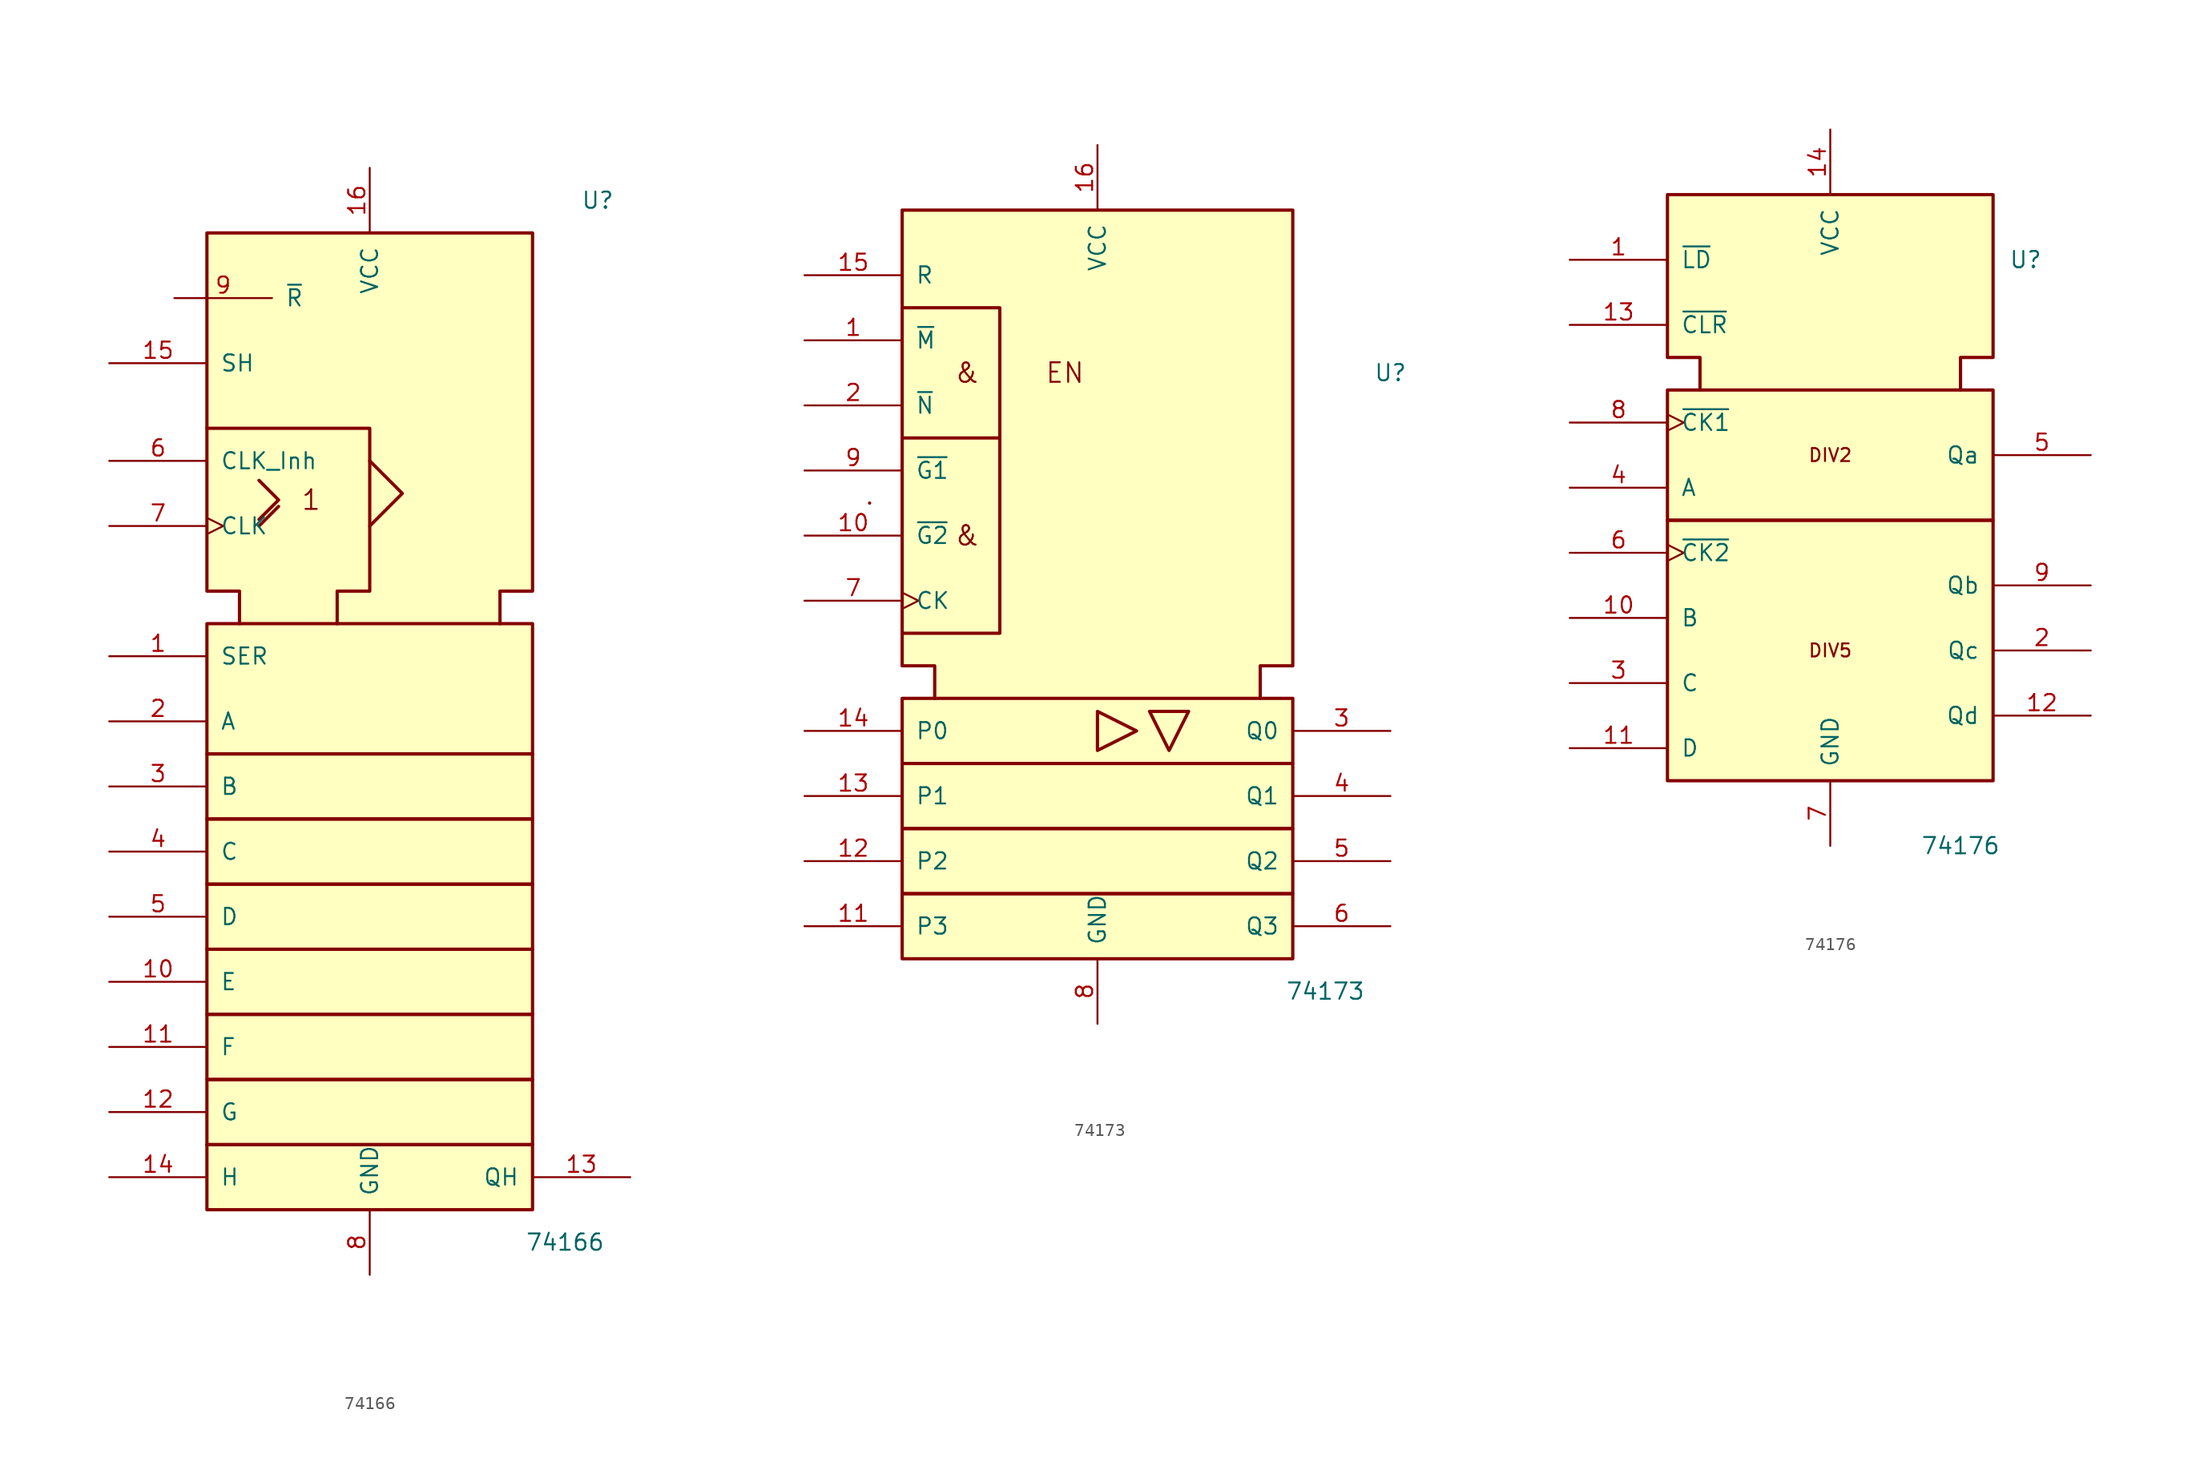
<source format=kicad_sym>
(kicad_symbol_lib
  (version 20220914)
  (generator kicad_symbol_editor)
  (symbol "74166"
    (pin_names
      (offset 1.016))
    (property "Reference" "U"
      (at 17.78 35.56 0)
      (effects (font (size 1.27 1.27))))
    (property "Value" "74166"
      (at 15.24 -45.72 0)
      (effects (font (size 1.27 1.27))))
    (symbol "74166_0_0"
      (rectangle (start -12.7 -38.1) (end -12.7 -38.1) (stroke (width 0.254) (type default)) (fill (type background)))
      (rectangle (start -12.7 -38.1) (end 12.7 -43.18) (stroke (width 0.254) (type default)) (fill (type background)))
      (rectangle (start -12.7 -33.02) (end 12.7 -38.1) (stroke (width 0.254) (type default)) (fill (type background)))
      (rectangle (start -12.7 -27.94) (end 12.7 -33.02) (stroke (width 0.254) (type default)) (fill (type background)))
      (rectangle (start -12.7 -22.86) (end 12.7 -27.94) (stroke (width 0.254) (type default)) (fill (type background)))
      (rectangle (start -12.7 -17.78) (end 12.7 -22.86) (stroke (width 0.254) (type default)) (fill (type background)))
      (rectangle (start -12.7 -12.7) (end 12.7 -17.78) (stroke (width 0.254) (type default)) (fill (type background)))
      (rectangle (start -12.7 -7.62) (end 12.7 -12.7) (stroke (width 0.254) (type default)) (fill (type background)))
      (rectangle (start -12.7 2.54) (end 12.7 -7.62) (stroke (width 0.254) (type default)) (fill (type background)))
      (polyline (pts (xy -8.636 10.16) (xy -7.112 11.684) (xy -7.112 11.684)) (stroke (width 0.254) (type default)) (fill (type background)))
      (polyline (pts (xy -8.636 13.716) (xy -7.112 12.192) (xy -8.636 10.668) (xy -8.636 10.668)) (stroke (width 0.254) (type default)) (fill (type background)))
      (polyline (pts (xy 0 15.24) (xy 2.54 12.7) (xy 0 10.16) (xy 0 10.16)) (stroke (width 0.254) (type default)) (fill (type background)))
      (polyline (pts (xy -12.7 17.78) (xy 0 17.78) (xy 0 5.08) (xy -2.54 5.08) (xy -2.54 2.54) (xy -2.54 2.54)) (stroke (width 0.254) (type default)) (fill (type background)))
      (polyline (pts (xy -10.16 2.54) (xy -10.16 5.08) (xy -12.7 5.08) (xy -12.7 33.02) (xy 12.7 33.02) (xy 12.7 5.08) (xy 10.16 5.08) (xy 10.16 2.54) (xy 10.16 2.54)) (stroke (width 0.254) (type default)) (fill (type background)))
      (text "1" (at -4.572 12.192 0) (effects (font (size 1.524 1.524)))))
    (symbol "74166_0_1"
      (pin power_in line (at 0 -48.26 90) (length 5.08) (name "GND" (effects (font (size 1.27 1.27)))) (number "8" (effects (font (size 1.27 1.27))))))
    (symbol "74166_1_1"
      (pin input line (at -20.32 0 0) (length 7.62) (name "SER" (effects (font (size 1.27 1.27)))) (number "1" (effects (font (size 1.27 1.27)))))
      (pin input line (at -20.32 -25.4 0) (length 7.62) (name "E" (effects (font (size 1.27 1.27)))) (number "10" (effects (font (size 1.27 1.27)))))
      (pin input line (at -20.32 -30.48 0) (length 7.62) (name "F" (effects (font (size 1.27 1.27)))) (number "11" (effects (font (size 1.27 1.27)))))
      (pin input line (at -20.32 -35.56 0) (length 7.62) (name "G" (effects (font (size 1.27 1.27)))) (number "12" (effects (font (size 1.27 1.27)))))
      (pin tri_state line (at 20.32 -40.64 180) (length 7.62) (name "QH" (effects (font (size 1.27 1.27)))) (number "13" (effects (font (size 1.27 1.27)))))
      (pin input line (at -20.32 -40.64 0) (length 7.62) (name "H" (effects (font (size 1.27 1.27)))) (number "14" (effects (font (size 1.27 1.27)))))
      (pin input line (at -20.32 22.86 0) (length 7.62) (name "SH" (effects (font (size 1.27 1.27)))) (number "15" (effects (font (size 1.27 1.27)))))
      (pin power_in line (at 0 38.1 270) (length 5.08) (name "VCC" (effects (font (size 1.27 1.27)))) (number "16" (effects (font (size 1.27 1.27)))))
      (pin input line (at -20.32 -5.08 0) (length 7.62) (name "A" (effects (font (size 1.27 1.27)))) (number "2" (effects (font (size 1.27 1.27)))))
      (pin input line (at -20.32 -10.16 0) (length 7.62) (name "B" (effects (font (size 1.27 1.27)))) (number "3" (effects (font (size 1.27 1.27)))))
      (pin input line (at -20.32 -15.24 0) (length 7.62) (name "C" (effects (font (size 1.27 1.27)))) (number "4" (effects (font (size 1.27 1.27)))))
      (pin input line (at -20.32 -20.32 0) (length 7.62) (name "D" (effects (font (size 1.27 1.27)))) (number "5" (effects (font (size 1.27 1.27)))))
      (pin input line (at -20.32 15.24 0) (length 7.62) (name "CLK_Inh" (effects (font (size 1.27 1.27)))) (number "6" (effects (font (size 1.27 1.27)))))
      (pin input clock (at -20.32 10.16 0) (length 7.62) (name "CLK" (effects (font (size 1.27 1.27)))) (number "7" (effects (font (size 1.27 1.27)))))
      (pin input line (at -15.24 27.94 0) (length 7.62) (name "~{R}" (effects (font (size 1.27 1.27)))) (number "9" (effects (font (size 1.27 1.27)))))))
  (symbol "74173"
    (pin_names
      (offset 1.016))
    (property "Reference" "U"
      (at 22.86 15.24 0)
      (effects (font (size 1.27 1.27))))
    (property "Value" "74173"
      (at 17.78 -33.02 0)
      (effects (font (size 1.27 1.27))))
    (symbol "74173_0_0"
      (polyline (pts (xy -17.78 5.08) (xy -17.78 5.08)) (stroke (width 0.254) (type default)) (fill (type background)))
      (polyline (pts (xy 0 -11.176) (xy 0 -14.224) (xy 3.048 -12.7) (xy 0 -11.176) (xy 0 -11.176)) (stroke (width 0.254) (type default)) (fill (type background)))
      (polyline (pts (xy 7.112 -11.176) (xy 4.064 -11.176) (xy 5.588 -14.224) (xy 7.112 -11.176) (xy 7.112 -11.176)) (stroke (width 0.254) (type default)) (fill (type background)))
      (polyline (pts (xy -15.24 20.32) (xy -7.62 20.32) (xy -7.62 10.16) (xy -15.24 10.16) (xy -7.62 10.16) (xy -7.62 -5.08) (xy -15.24 -5.08) (xy -15.24 -5.08)) (stroke (width 0.254) (type default)) (fill (type background)))
      (text "&" (at -10.16 2.54 0) (effects (font (size 1.524 1.524))))
      (text "&" (at -10.16 15.24 0) (effects (font (size 1.524 1.524))))
      (text "EN" (at -2.54 15.24 0) (effects (font (size 1.524 1.524))))
      (pin power_in line (at 0 33.02 270) (length 5.08) (name "VCC" (effects (font (size 1.27 1.27)))) (number "16" (effects (font (size 1.27 1.27)))))
      (pin power_in line (at 0 -35.56 90) (length 5.08) (name "GND" (effects (font (size 1.27 1.27)))) (number "8" (effects (font (size 1.27 1.27))))))
    (symbol "74173_0_1"
      (rectangle (start -15.24 -25.4) (end 15.24 -30.48) (stroke (width 0.254) (type default)) (fill (type background)))
      (rectangle (start -15.24 -20.32) (end 15.24 -25.4) (stroke (width 0.254) (type default)) (fill (type background)))
      (rectangle (start -15.24 -15.24) (end 15.24 -20.32) (stroke (width 0.254) (type default)) (fill (type background)))
      (rectangle (start -15.24 -10.16) (end 15.24 -15.24) (stroke (width 0.254) (type default)) (fill (type background)))
      (polyline (pts (xy -12.7 -10.16) (xy -12.7 -7.62) (xy -15.24 -7.62) (xy -15.24 27.94) (xy 15.24 27.94) (xy 15.24 -7.62) (xy 12.7 -7.62) (xy 12.7 -10.16) (xy 12.7 -10.16)) (stroke (width 0.254) (type default)) (fill (type background))))
    (symbol "74173_1_1"
      (pin input line (at -22.86 17.78 0) (length 7.62) (name "~{M}" (effects (font (size 1.27 1.27)))) (number "1" (effects (font (size 1.27 1.27)))))
      (pin input line (at -22.86 2.54 0) (length 7.62) (name "~{G2}" (effects (font (size 1.27 1.27)))) (number "10" (effects (font (size 1.27 1.27)))))
      (pin input line (at -22.86 -27.94 0) (length 7.62) (name "P3" (effects (font (size 1.27 1.27)))) (number "11" (effects (font (size 1.27 1.27)))))
      (pin input line (at -22.86 -22.86 0) (length 7.62) (name "P2" (effects (font (size 1.27 1.27)))) (number "12" (effects (font (size 1.27 1.27)))))
      (pin input line (at -22.86 -17.78 0) (length 7.62) (name "P1" (effects (font (size 1.27 1.27)))) (number "13" (effects (font (size 1.27 1.27)))))
      (pin input line (at -22.86 -12.7 0) (length 7.62) (name "P0" (effects (font (size 1.27 1.27)))) (number "14" (effects (font (size 1.27 1.27)))))
      (pin input line (at -22.86 22.86 0) (length 7.62) (name "R" (effects (font (size 1.27 1.27)))) (number "15" (effects (font (size 1.27 1.27)))))
      (pin input line (at -22.86 12.7 0) (length 7.62) (name "~{N}" (effects (font (size 1.27 1.27)))) (number "2" (effects (font (size 1.27 1.27)))))
      (pin output line (at 22.86 -12.7 180) (length 7.62) (name "Q0" (effects (font (size 1.27 1.27)))) (number "3" (effects (font (size 1.27 1.27)))))
      (pin output line (at 22.86 -17.78 180) (length 7.62) (name "Q1" (effects (font (size 1.27 1.27)))) (number "4" (effects (font (size 1.27 1.27)))))
      (pin output line (at 22.86 -22.86 180) (length 7.62) (name "Q2" (effects (font (size 1.27 1.27)))) (number "5" (effects (font (size 1.27 1.27)))))
      (pin output line (at 22.86 -27.94 180) (length 7.62) (name "Q3" (effects (font (size 1.27 1.27)))) (number "6" (effects (font (size 1.27 1.27)))))
      (pin input clock (at -22.86 -2.54 0) (length 7.62) (name "CK" (effects (font (size 1.27 1.27)))) (number "7" (effects (font (size 1.27 1.27)))))
      (pin input line (at -22.86 7.62 0) (length 7.62) (name "~{G1}" (effects (font (size 1.27 1.27)))) (number "9" (effects (font (size 1.27 1.27)))))))
  (symbol "74176"
    (pin_names
      (offset 1.016))
    (property "Reference" "U"
      (at 15.24 12.7 0)
      (effects (font (size 1.27 1.27))))
    (property "Value" "74176"
      (at 10.16 -33.02 0)
      (effects (font (size 1.27 1.27))))
    (symbol "74176_0_0"
      (polyline (pts (xy -10.16 2.54) (xy -10.16 5.08) (xy -12.7 5.08) (xy -12.7 17.78) (xy 12.7 17.78) (xy 12.7 5.08) (xy 10.16 5.08) (xy 10.16 2.54) (xy 10.16 2.54)) (stroke (width 0.254) (type default)) (fill (type background)))
      (text "DIV2" (at 0 -2.54 0) (effects (font (size 1.016 1.016))))
      (text "DIV5" (at 0 -17.78 0) (effects (font (size 1.016 1.016)))))
    (symbol "74176_0_1"
      (rectangle (start -12.7 -7.62) (end 12.7 -27.94) (stroke (width 0.254) (type default)) (fill (type background)))
      (rectangle (start -12.7 2.54) (end 12.7 -7.62) (stroke (width 0.254) (type default)) (fill (type background)))
      (pin power_in line (at 0 22.86 270) (length 5.08) (name "VCC" (effects (font (size 1.27 1.27)))) (number "14" (effects (font (size 1.27 1.27)))))
      (pin power_in line (at 0 -33.02 90) (length 5.08) (name "GND" (effects (font (size 1.27 1.27)))) (number "7" (effects (font (size 1.27 1.27))))))
    (symbol "74176_1_1"
      (pin input line (at -20.32 12.7 0) (length 7.62) (name "~{LD}" (effects (font (size 1.27 1.27)))) (number "1" (effects (font (size 1.27 1.27)))))
      (pin input line (at -20.32 -15.24 0) (length 7.62) (name "B" (effects (font (size 1.27 1.27)))) (number "10" (effects (font (size 1.27 1.27)))))
      (pin input line (at -20.32 -25.4 0) (length 7.62) (name "D" (effects (font (size 1.27 1.27)))) (number "11" (effects (font (size 1.27 1.27)))))
      (pin output line (at 20.32 -22.86 180) (length 7.62) (name "Qd" (effects (font (size 1.27 1.27)))) (number "12" (effects (font (size 1.27 1.27)))))
      (pin input line (at -20.32 7.62 0) (length 7.62) (name "~{CLR}" (effects (font (size 1.27 1.27)))) (number "13" (effects (font (size 1.27 1.27)))))
      (pin output line (at 20.32 -17.78 180) (length 7.62) (name "Qc" (effects (font (size 1.27 1.27)))) (number "2" (effects (font (size 1.27 1.27)))))
      (pin input line (at -20.32 -20.32 0) (length 7.62) (name "C" (effects (font (size 1.27 1.27)))) (number "3" (effects (font (size 1.27 1.27)))))
      (pin input line (at -20.32 -5.08 0) (length 7.62) (name "A" (effects (font (size 1.27 1.27)))) (number "4" (effects (font (size 1.27 1.27)))))
      (pin output line (at 20.32 -2.54 180) (length 7.62) (name "Qa" (effects (font (size 1.27 1.27)))) (number "5" (effects (font (size 1.27 1.27)))))
      (pin input clock (at -20.32 -10.16 0) (length 7.62) (name "~{CK2}" (effects (font (size 1.27 1.27)))) (number "6" (effects (font (size 1.27 1.27)))))
      (pin input clock (at -20.32 0 0) (length 7.62) (name "~{CK1}" (effects (font (size 1.27 1.27)))) (number "8" (effects (font (size 1.27 1.27)))))
      (pin output line (at 20.32 -12.7 180) (length 7.62) (name "Qb" (effects (font (size 1.27 1.27)))) (number "9" (effects (font (size 1.27 1.27))))))))
</source>
